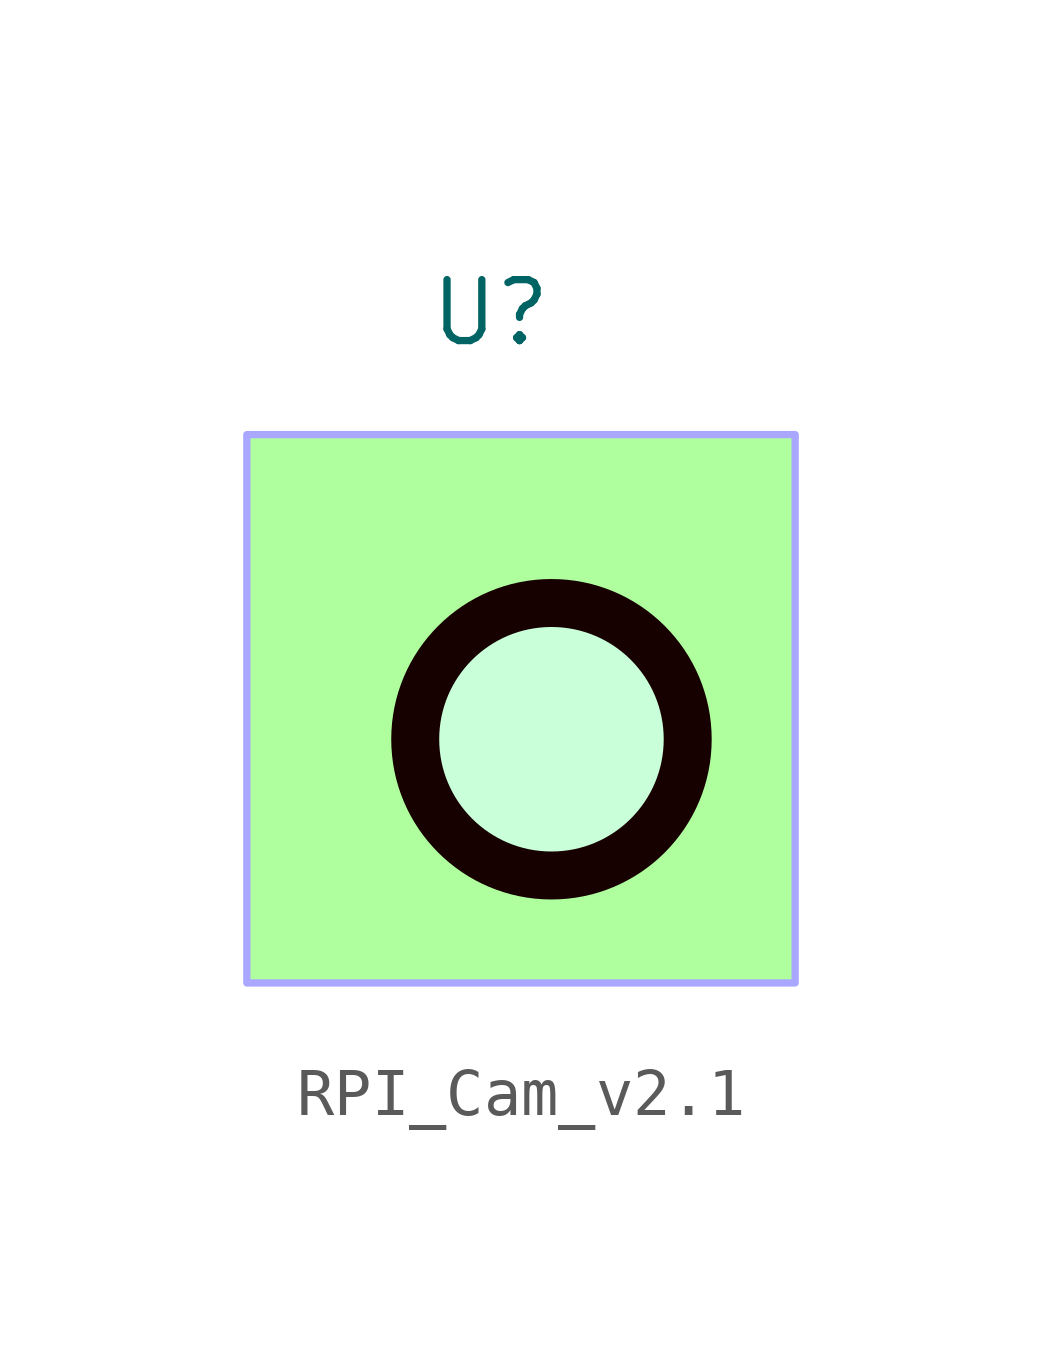
<source format=kicad_sym>
(kicad_symbol_lib
  (version 20220914)
  (generator kicad_symbol_editor)
  (symbol "RPI_Cam_v2.1"
    (property "Reference" "U"
      (at 0 0 0)
      (effects (font (size 1.27 1.27))))
    (property "Value" ""
      (at 0 0 0)
      (effects (font (size 1.27 1.27))))
    (symbol "RPI_Cam_v2.1_1_1"
      (rectangle (start -5.08 -2.54) (end 6.35 -13.97) (stroke (width 0) (type default) (color 169 167 255 1)) (fill (type color) (color 175 255 158 1)))
      (circle (center 1.27 -8.89) (radius 2.84) (stroke (width 1) (type solid) (color 22 0 0 1)) (fill (type color) (color 201 255 217 1))))))
</source>
